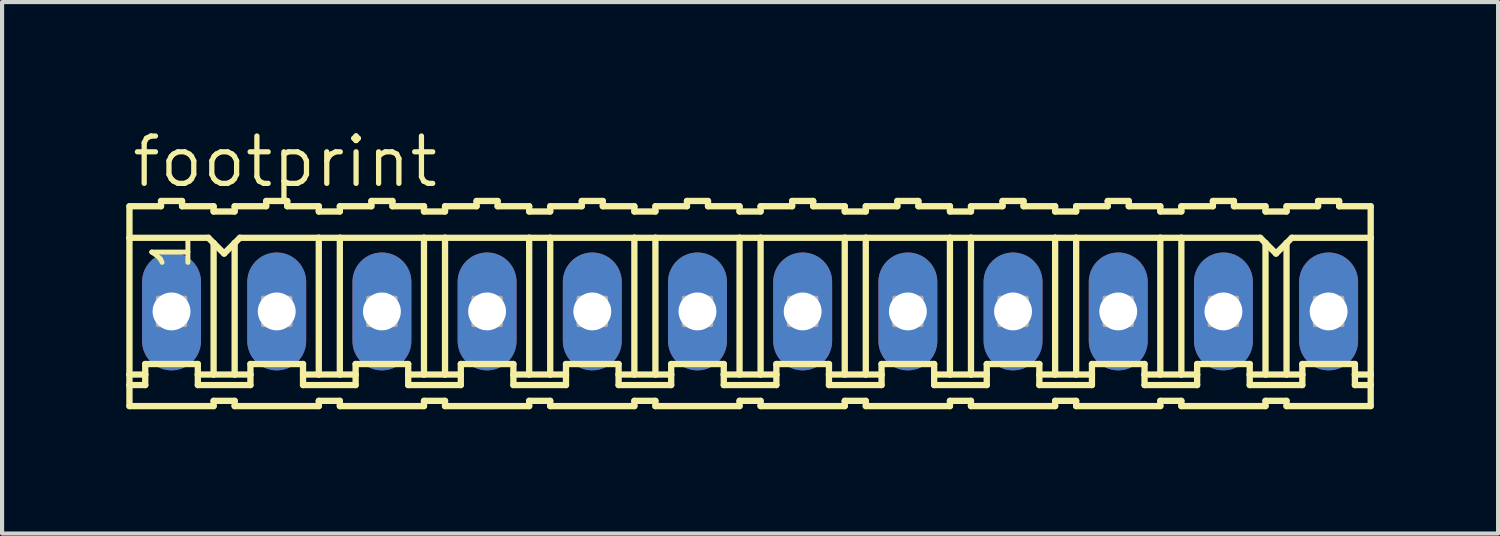
<source format=kicad_pcb>
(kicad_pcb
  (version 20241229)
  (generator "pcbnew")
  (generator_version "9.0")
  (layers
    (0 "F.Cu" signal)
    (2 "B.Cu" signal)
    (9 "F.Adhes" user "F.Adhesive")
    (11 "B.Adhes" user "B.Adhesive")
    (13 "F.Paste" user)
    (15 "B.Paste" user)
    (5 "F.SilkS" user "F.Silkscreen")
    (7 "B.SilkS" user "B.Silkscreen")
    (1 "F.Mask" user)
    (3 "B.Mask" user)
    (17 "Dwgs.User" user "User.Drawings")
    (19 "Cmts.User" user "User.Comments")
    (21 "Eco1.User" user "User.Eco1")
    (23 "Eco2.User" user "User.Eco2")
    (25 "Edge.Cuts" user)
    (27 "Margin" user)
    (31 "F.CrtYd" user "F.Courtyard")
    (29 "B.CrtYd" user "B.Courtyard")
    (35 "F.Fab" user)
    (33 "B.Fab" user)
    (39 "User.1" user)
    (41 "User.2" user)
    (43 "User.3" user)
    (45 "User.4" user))
  (footprint "footprint"
    (layer "F.Cu")
    (at 15.062 4.47)
    (property "Reference" "footprint" (at -14.986 -2.946 0) (layer "F.SilkS") (effects (font (size 1.143 1.143) (thickness 0.127)) (justify left bottom)))
    (fp_line (start -14.986 -2.54) (end -14.986 -1.778) (stroke (width 0.152) (type solid)) (layer "F.SilkS"))
    (fp_line (start -14.986 -2.54) (end -14.224 -2.54) (stroke (width 0.152) (type solid)) (layer "F.SilkS"))
    (fp_line (start -14.986 -1.778) (end -14.986 1.524) (stroke (width 0.152) (type solid)) (layer "F.SilkS"))
    (fp_line (start -14.986 1.524) (end -14.986 1.778) (stroke (width 0.152) (type solid)) (layer "F.SilkS"))
    (fp_line (start -14.986 1.778) (end -14.986 2.286) (stroke (width 0.152) (type solid)) (layer "F.SilkS"))
    (fp_line (start -14.986 1.778) (end -14.605 1.778) (stroke (width 0.152) (type solid)) (layer "F.SilkS"))
    (fp_line (start -14.605 1.27) (end -13.335 1.27) (stroke (width 0.152) (type solid)) (layer "F.SilkS"))
    (fp_line (start -14.605 1.524) (end -14.986 1.524) (stroke (width 0.152) (type solid)) (layer "F.SilkS"))
    (fp_line (start -14.605 1.524) (end -14.605 1.27) (stroke (width 0.152) (type solid)) (layer "F.SilkS"))
    (fp_line (start -14.605 1.778) (end -14.605 1.524) (stroke (width 0.152) (type solid)) (layer "F.SilkS"))
    (fp_line (start -14.224 -2.54) (end -14.224 -2.667) (stroke (width 0.152) (type solid)) (layer "F.SilkS"))
    (fp_line (start -13.716 -2.667) (end -14.224 -2.667) (stroke (width 0.152) (type solid)) (layer "F.SilkS"))
    (fp_line (start -13.716 -2.54) (end -13.716 -2.667) (stroke (width 0.152) (type solid)) (layer "F.SilkS"))
    (fp_line (start -13.335 1.524) (end -13.335 1.27) (stroke (width 0.152) (type solid)) (layer "F.SilkS"))
    (fp_line (start -13.335 1.524) (end -12.954 1.524) (stroke (width 0.152) (type solid)) (layer "F.SilkS"))
    (fp_line (start -13.335 1.778) (end -13.335 1.524) (stroke (width 0.152) (type solid)) (layer "F.SilkS"))
    (fp_line (start -13.081 -1.778) (end -14.986 -1.778) (stroke (width 0.152) (type solid)) (layer "F.SilkS"))
    (fp_line (start -13.081 -1.778) (end -12.954 -1.651) (stroke (width 0.152) (type solid)) (layer "F.SilkS"))
    (fp_line (start -12.954 -2.54) (end -13.716 -2.54) (stroke (width 0.152) (type solid)) (layer "F.SilkS"))
    (fp_line (start -12.954 -2.413) (end -12.954 -2.54) (stroke (width 0.152) (type solid)) (layer "F.SilkS"))
    (fp_line (start -12.954 -2.413) (end -12.446 -2.413) (stroke (width 0.152) (type solid)) (layer "F.SilkS"))
    (fp_line (start -12.954 -1.651) (end -12.954 1.524) (stroke (width 0.152) (type solid)) (layer "F.SilkS"))
    (fp_line (start -12.954 -1.651) (end -12.7 -1.397) (stroke (width 0.152) (type solid)) (layer "F.SilkS"))
    (fp_line (start -12.954 1.524) (end -12.446 1.524) (stroke (width 0.152) (type solid)) (layer "F.SilkS"))
    (fp_line (start -12.954 2.159) (end -12.954 2.286) (stroke (width 0.152) (type solid)) (layer "F.SilkS"))
    (fp_line (start -12.954 2.286) (end -14.986 2.286) (stroke (width 0.152) (type solid)) (layer "F.SilkS"))
    (fp_line (start -12.7 -1.397) (end -12.446 -1.651) (stroke (width 0.152) (type solid)) (layer "F.SilkS"))
    (fp_line (start -12.446 -2.54) (end -11.684 -2.54) (stroke (width 0.152) (type solid)) (layer "F.SilkS"))
    (fp_line (start -12.446 -2.413) (end -12.446 -2.54) (stroke (width 0.152) (type solid)) (layer "F.SilkS"))
    (fp_line (start -12.446 -1.651) (end -12.446 1.524) (stroke (width 0.152) (type solid)) (layer "F.SilkS"))
    (fp_line (start -12.446 -1.651) (end -12.319 -1.778) (stroke (width 0.152) (type solid)) (layer "F.SilkS"))
    (fp_line (start -12.446 1.524) (end -12.065 1.524) (stroke (width 0.152) (type solid)) (layer "F.SilkS"))
    (fp_line (start -12.446 2.159) (end -12.954 2.159) (stroke (width 0.152) (type solid)) (layer "F.SilkS"))
    (fp_line (start -12.446 2.159) (end -12.446 2.286) (stroke (width 0.152) (type solid)) (layer "F.SilkS"))
    (fp_line (start -12.446 2.286) (end -10.414 2.286) (stroke (width 0.152) (type solid)) (layer "F.SilkS"))
    (fp_line (start -12.319 -1.778) (end -10.414 -1.778) (stroke (width 0.152) (type solid)) (layer "F.SilkS"))
    (fp_line (start -12.065 1.27) (end -10.795 1.27) (stroke (width 0.152) (type solid)) (layer "F.SilkS"))
    (fp_line (start -12.065 1.524) (end -12.065 1.27) (stroke (width 0.152) (type solid)) (layer "F.SilkS"))
    (fp_line (start -12.065 1.778) (end -13.335 1.778) (stroke (width 0.152) (type solid)) (layer "F.SilkS"))
    (fp_line (start -12.065 1.778) (end -12.065 1.524) (stroke (width 0.152) (type solid)) (layer "F.SilkS"))
    (fp_line (start -11.684 -2.54) (end -11.684 -2.667) (stroke (width 0.152) (type solid)) (layer "F.SilkS"))
    (fp_line (start -11.176 -2.667) (end -11.684 -2.667) (stroke (width 0.152) (type solid)) (layer "F.SilkS"))
    (fp_line (start -11.176 -2.54) (end -11.176 -2.667) (stroke (width 0.152) (type solid)) (layer "F.SilkS"))
    (fp_line (start -11.176 -2.54) (end -10.414 -2.54) (stroke (width 0.152) (type solid)) (layer "F.SilkS"))
    (fp_line (start -10.795 1.524) (end -10.795 1.27) (stroke (width 0.152) (type solid)) (layer "F.SilkS"))
    (fp_line (start -10.795 1.524) (end -10.414 1.524) (stroke (width 0.152) (type solid)) (layer "F.SilkS"))
    (fp_line (start -10.795 1.778) (end -10.795 1.524) (stroke (width 0.152) (type solid)) (layer "F.SilkS"))
    (fp_line (start -10.795 1.778) (end -9.525 1.778) (stroke (width 0.152) (type solid)) (layer "F.SilkS"))
    (fp_line (start -10.414 -2.413) (end -10.414 -2.54) (stroke (width 0.152) (type solid)) (layer "F.SilkS"))
    (fp_line (start -10.414 -1.778) (end -10.414 1.524) (stroke (width 0.152) (type solid)) (layer "F.SilkS"))
    (fp_line (start -10.414 -1.778) (end -9.906 -1.778) (stroke (width 0.152) (type solid)) (layer "F.SilkS"))
    (fp_line (start -10.414 1.524) (end -9.906 1.524) (stroke (width 0.152) (type solid)) (layer "F.SilkS"))
    (fp_line (start -10.414 2.159) (end -10.414 2.286) (stroke (width 0.152) (type solid)) (layer "F.SilkS"))
    (fp_line (start -9.906 -2.54) (end -9.144 -2.54) (stroke (width 0.152) (type solid)) (layer "F.SilkS"))
    (fp_line (start -9.906 -2.413) (end -10.414 -2.413) (stroke (width 0.152) (type solid)) (layer "F.SilkS"))
    (fp_line (start -9.906 -2.413) (end -9.906 -2.54) (stroke (width 0.152) (type solid)) (layer "F.SilkS"))
    (fp_line (start -9.906 -1.778) (end -9.906 1.524) (stroke (width 0.152) (type solid)) (layer "F.SilkS"))
    (fp_line (start -9.906 -1.778) (end -7.874 -1.778) (stroke (width 0.152) (type solid)) (layer "F.SilkS"))
    (fp_line (start -9.906 1.524) (end -9.525 1.524) (stroke (width 0.152) (type solid)) (layer "F.SilkS"))
    (fp_line (start -9.906 2.159) (end -10.414 2.159) (stroke (width 0.152) (type solid)) (layer "F.SilkS"))
    (fp_line (start -9.906 2.159) (end -9.906 2.286) (stroke (width 0.152) (type solid)) (layer "F.SilkS"))
    (fp_line (start -9.525 1.27) (end -8.255 1.27) (stroke (width 0.152) (type solid)) (layer "F.SilkS"))
    (fp_line (start -9.525 1.524) (end -9.525 1.27) (stroke (width 0.152) (type solid)) (layer "F.SilkS"))
    (fp_line (start -9.525 1.778) (end -9.525 1.524) (stroke (width 0.152) (type solid)) (layer "F.SilkS"))
    (fp_line (start -9.144 -2.54) (end -9.144 -2.667) (stroke (width 0.152) (type solid)) (layer "F.SilkS"))
    (fp_line (start -8.636 -2.667) (end -9.144 -2.667) (stroke (width 0.152) (type solid)) (layer "F.SilkS"))
    (fp_line (start -8.636 -2.54) (end -8.636 -2.667) (stroke (width 0.152) (type solid)) (layer "F.SilkS"))
    (fp_line (start -8.636 -2.54) (end -7.874 -2.54) (stroke (width 0.152) (type solid)) (layer "F.SilkS"))
    (fp_line (start -8.255 1.524) (end -8.255 1.27) (stroke (width 0.152) (type solid)) (layer "F.SilkS"))
    (fp_line (start -8.255 1.524) (end -7.874 1.524) (stroke (width 0.152) (type solid)) (layer "F.SilkS"))
    (fp_line (start -8.255 1.778) (end -8.255 1.524) (stroke (width 0.152) (type solid)) (layer "F.SilkS"))
    (fp_line (start -7.874 -2.54) (end -7.874 -2.413) (stroke (width 0.152) (type solid)) (layer "F.SilkS"))
    (fp_line (start -7.874 -1.778) (end -7.874 1.524) (stroke (width 0.152) (type solid)) (layer "F.SilkS"))
    (fp_line (start -7.874 2.159) (end -7.874 2.286) (stroke (width 0.152) (type solid)) (layer "F.SilkS"))
    (fp_line (start -7.874 2.286) (end -9.906 2.286) (stroke (width 0.152) (type solid)) (layer "F.SilkS"))
    (fp_line (start -7.366 -2.54) (end -7.366 -2.413) (stroke (width 0.152) (type solid)) (layer "F.SilkS"))
    (fp_line (start -7.366 -2.54) (end -6.604 -2.54) (stroke (width 0.152) (type solid)) (layer "F.SilkS"))
    (fp_line (start -7.366 -2.413) (end -7.874 -2.413) (stroke (width 0.152) (type solid)) (layer "F.SilkS"))
    (fp_line (start -7.366 -1.778) (end -7.874 -1.778) (stroke (width 0.152) (type solid)) (layer "F.SilkS"))
    (fp_line (start -7.366 -1.778) (end -7.366 1.524) (stroke (width 0.152) (type solid)) (layer "F.SilkS"))
    (fp_line (start -7.366 -1.778) (end -5.334 -1.778) (stroke (width 0.152) (type solid)) (layer "F.SilkS"))
    (fp_line (start -7.366 1.524) (end -7.874 1.524) (stroke (width 0.152) (type solid)) (layer "F.SilkS"))
    (fp_line (start -7.366 2.159) (end -7.874 2.159) (stroke (width 0.152) (type solid)) (layer "F.SilkS"))
    (fp_line (start -7.366 2.159) (end -7.366 2.286) (stroke (width 0.152) (type solid)) (layer "F.SilkS"))
    (fp_line (start -6.985 1.27) (end -5.715 1.27) (stroke (width 0.152) (type solid)) (layer "F.SilkS"))
    (fp_line (start -6.985 1.524) (end -7.366 1.524) (stroke (width 0.152) (type solid)) (layer "F.SilkS"))
    (fp_line (start -6.985 1.524) (end -6.985 1.27) (stroke (width 0.152) (type solid)) (layer "F.SilkS"))
    (fp_line (start -6.985 1.778) (end -8.255 1.778) (stroke (width 0.152) (type solid)) (layer "F.SilkS"))
    (fp_line (start -6.985 1.778) (end -6.985 1.524) (stroke (width 0.152) (type solid)) (layer "F.SilkS"))
    (fp_line (start -6.604 -2.54) (end -6.604 -2.667) (stroke (width 0.152) (type solid)) (layer "F.SilkS"))
    (fp_line (start -6.096 -2.667) (end -6.604 -2.667) (stroke (width 0.152) (type solid)) (layer "F.SilkS"))
    (fp_line (start -6.096 -2.54) (end -6.096 -2.667) (stroke (width 0.152) (type solid)) (layer "F.SilkS"))
    (fp_line (start -5.715 1.524) (end -5.715 1.27) (stroke (width 0.152) (type solid)) (layer "F.SilkS"))
    (fp_line (start -5.715 1.524) (end -5.334 1.524) (stroke (width 0.152) (type solid)) (layer "F.SilkS"))
    (fp_line (start -5.715 1.778) (end -5.715 1.524) (stroke (width 0.152) (type solid)) (layer "F.SilkS"))
    (fp_line (start -5.334 -2.54) (end -6.096 -2.54) (stroke (width 0.152) (type solid)) (layer "F.SilkS"))
    (fp_line (start -5.334 -2.413) (end -5.334 -2.54) (stroke (width 0.152) (type solid)) (layer "F.SilkS"))
    (fp_line (start -5.334 -2.413) (end -4.826 -2.413) (stroke (width 0.152) (type solid)) (layer "F.SilkS"))
    (fp_line (start -5.334 -1.778) (end -5.334 1.524) (stroke (width 0.152) (type solid)) (layer "F.SilkS"))
    (fp_line (start -5.334 -1.778) (end -4.826 -1.778) (stroke (width 0.152) (type solid)) (layer "F.SilkS"))
    (fp_line (start -5.334 1.524) (end -4.826 1.524) (stroke (width 0.152) (type solid)) (layer "F.SilkS"))
    (fp_line (start -5.334 2.159) (end -5.334 2.286) (stroke (width 0.152) (type solid)) (layer "F.SilkS"))
    (fp_line (start -5.334 2.286) (end -7.366 2.286) (stroke (width 0.152) (type solid)) (layer "F.SilkS"))
    (fp_line (start -4.826 -2.54) (end -4.064 -2.54) (stroke (width 0.152) (type solid)) (layer "F.SilkS"))
    (fp_line (start -4.826 -2.413) (end -4.826 -2.54) (stroke (width 0.152) (type solid)) (layer "F.SilkS"))
    (fp_line (start -4.826 -1.778) (end -4.826 1.524) (stroke (width 0.152) (type solid)) (layer "F.SilkS"))
    (fp_line (start -4.826 -1.778) (end -2.794 -1.778) (stroke (width 0.152) (type solid)) (layer "F.SilkS"))
    (fp_line (start -4.826 1.524) (end -4.445 1.524) (stroke (width 0.152) (type solid)) (layer "F.SilkS"))
    (fp_line (start -4.826 2.159) (end -5.334 2.159) (stroke (width 0.152) (type solid)) (layer "F.SilkS"))
    (fp_line (start -4.826 2.159) (end -4.826 2.286) (stroke (width 0.152) (type solid)) (layer "F.SilkS"))
    (fp_line (start -4.445 1.27) (end -3.175 1.27) (stroke (width 0.152) (type solid)) (layer "F.SilkS"))
    (fp_line (start -4.445 1.524) (end -4.445 1.27) (stroke (width 0.152) (type solid)) (layer "F.SilkS"))
    (fp_line (start -4.445 1.778) (end -5.715 1.778) (stroke (width 0.152) (type solid)) (layer "F.SilkS"))
    (fp_line (start -4.445 1.778) (end -4.445 1.524) (stroke (width 0.152) (type solid)) (layer "F.SilkS"))
    (fp_line (start -4.064 -2.54) (end -4.064 -2.667) (stroke (width 0.152) (type solid)) (layer "F.SilkS"))
    (fp_line (start -3.556 -2.667) (end -4.064 -2.667) (stroke (width 0.152) (type solid)) (layer "F.SilkS"))
    (fp_line (start -3.556 -2.54) (end -3.556 -2.667) (stroke (width 0.152) (type solid)) (layer "F.SilkS"))
    (fp_line (start -3.175 1.524) (end -3.175 1.27) (stroke (width 0.152) (type solid)) (layer "F.SilkS"))
    (fp_line (start -3.175 1.524) (end -2.794 1.524) (stroke (width 0.152) (type solid)) (layer "F.SilkS"))
    (fp_line (start -3.175 1.778) (end -3.175 1.524) (stroke (width 0.152) (type solid)) (layer "F.SilkS"))
    (fp_line (start -2.794 -2.54) (end -3.556 -2.54) (stroke (width 0.152) (type solid)) (layer "F.SilkS"))
    (fp_line (start -2.794 -2.413) (end -2.794 -2.54) (stroke (width 0.152) (type solid)) (layer "F.SilkS"))
    (fp_line (start -2.794 -2.413) (end -2.286 -2.413) (stroke (width 0.152) (type solid)) (layer "F.SilkS"))
    (fp_line (start -2.794 -1.778) (end -2.794 1.524) (stroke (width 0.152) (type solid)) (layer "F.SilkS"))
    (fp_line (start -2.794 -1.778) (end -2.286 -1.778) (stroke (width 0.152) (type solid)) (layer "F.SilkS"))
    (fp_line (start -2.794 1.524) (end -2.286 1.524) (stroke (width 0.152) (type solid)) (layer "F.SilkS"))
    (fp_line (start -2.794 2.159) (end -2.794 2.286) (stroke (width 0.152) (type solid)) (layer "F.SilkS"))
    (fp_line (start -2.794 2.286) (end -4.826 2.286) (stroke (width 0.152) (type solid)) (layer "F.SilkS"))
    (fp_line (start -2.286 -2.54) (end -1.524 -2.54) (stroke (width 0.152) (type solid)) (layer "F.SilkS"))
    (fp_line (start -2.286 -2.413) (end -2.286 -2.54) (stroke (width 0.152) (type solid)) (layer "F.SilkS"))
    (fp_line (start -2.286 -1.778) (end -2.286 1.524) (stroke (width 0.152) (type solid)) (layer "F.SilkS"))
    (fp_line (start -2.286 -1.778) (end -0.254 -1.778) (stroke (width 0.152) (type solid)) (layer "F.SilkS"))
    (fp_line (start -2.286 1.524) (end -1.905 1.524) (stroke (width 0.152) (type solid)) (layer "F.SilkS"))
    (fp_line (start -2.286 2.159) (end -2.794 2.159) (stroke (width 0.152) (type solid)) (layer "F.SilkS"))
    (fp_line (start -2.286 2.159) (end -2.286 2.286) (stroke (width 0.152) (type solid)) (layer "F.SilkS"))
    (fp_line (start -1.905 1.27) (end -0.635 1.27) (stroke (width 0.152) (type solid)) (layer "F.SilkS"))
    (fp_line (start -1.905 1.524) (end -1.905 1.27) (stroke (width 0.152) (type solid)) (layer "F.SilkS"))
    (fp_line (start -1.905 1.778) (end -3.175 1.778) (stroke (width 0.152) (type solid)) (layer "F.SilkS"))
    (fp_line (start -1.905 1.778) (end -1.905 1.524) (stroke (width 0.152) (type solid)) (layer "F.SilkS"))
    (fp_line (start -1.524 -2.54) (end -1.524 -2.667) (stroke (width 0.152) (type solid)) (layer "F.SilkS"))
    (fp_line (start -1.016 -2.667) (end -1.524 -2.667) (stroke (width 0.152) (type solid)) (layer "F.SilkS"))
    (fp_line (start -1.016 -2.54) (end -1.016 -2.667) (stroke (width 0.152) (type solid)) (layer "F.SilkS"))
    (fp_line (start -0.635 1.524) (end -0.635 1.27) (stroke (width 0.152) (type solid)) (layer "F.SilkS"))
    (fp_line (start -0.635 1.524) (end -0.254 1.524) (stroke (width 0.152) (type solid)) (layer "F.SilkS"))
    (fp_line (start -0.635 1.778) (end -0.635 1.524) (stroke (width 0.152) (type solid)) (layer "F.SilkS"))
    (fp_line (start -0.254 -2.54) (end -1.016 -2.54) (stroke (width 0.152) (type solid)) (layer "F.SilkS"))
    (fp_line (start -0.254 -2.413) (end -0.254 -2.54) (stroke (width 0.152) (type solid)) (layer "F.SilkS"))
    (fp_line (start -0.254 -2.413) (end 0.254 -2.413) (stroke (width 0.152) (type solid)) (layer "F.SilkS"))
    (fp_line (start -0.254 -1.778) (end -0.254 1.524) (stroke (width 0.152) (type solid)) (layer "F.SilkS"))
    (fp_line (start -0.254 -1.778) (end 0.254 -1.778) (stroke (width 0.152) (type solid)) (layer "F.SilkS"))
    (fp_line (start -0.254 1.524) (end 0.254 1.524) (stroke (width 0.152) (type solid)) (layer "F.SilkS"))
    (fp_line (start -0.254 2.159) (end -0.254 2.286) (stroke (width 0.152) (type solid)) (layer "F.SilkS"))
    (fp_line (start -0.254 2.286) (end -2.286 2.286) (stroke (width 0.152) (type solid)) (layer "F.SilkS"))
    (fp_line (start 0.254 -2.54) (end 1.016 -2.54) (stroke (width 0.152) (type solid)) (layer "F.SilkS"))
    (fp_line (start 0.254 -2.413) (end 0.254 -2.54) (stroke (width 0.152) (type solid)) (layer "F.SilkS"))
    (fp_line (start 0.254 -1.778) (end 0.254 1.524) (stroke (width 0.152) (type solid)) (layer "F.SilkS"))
    (fp_line (start 0.254 -1.778) (end 2.286 -1.778) (stroke (width 0.152) (type solid)) (layer "F.SilkS"))
    (fp_line (start 0.254 1.524) (end 0.635 1.524) (stroke (width 0.152) (type solid)) (layer "F.SilkS"))
    (fp_line (start 0.254 2.159) (end -0.254 2.159) (stroke (width 0.152) (type solid)) (layer "F.SilkS"))
    (fp_line (start 0.254 2.159) (end 0.254 2.286) (stroke (width 0.152) (type solid)) (layer "F.SilkS"))
    (fp_line (start 0.635 1.27) (end 1.905 1.27) (stroke (width 0.152) (type solid)) (layer "F.SilkS"))
    (fp_line (start 0.635 1.524) (end 0.635 1.27) (stroke (width 0.152) (type solid)) (layer "F.SilkS"))
    (fp_line (start 0.635 1.778) (end -0.635 1.778) (stroke (width 0.152) (type solid)) (layer "F.SilkS"))
    (fp_line (start 0.635 1.778) (end 0.635 1.524) (stroke (width 0.152) (type solid)) (layer "F.SilkS"))
    (fp_line (start 1.016 -2.54) (end 1.016 -2.667) (stroke (width 0.152) (type solid)) (layer "F.SilkS"))
    (fp_line (start 1.524 -2.667) (end 1.016 -2.667) (stroke (width 0.152) (type solid)) (layer "F.SilkS"))
    (fp_line (start 1.524 -2.54) (end 1.524 -2.667) (stroke (width 0.152) (type solid)) (layer "F.SilkS"))
    (fp_line (start 1.905 1.524) (end 1.905 1.27) (stroke (width 0.152) (type solid)) (layer "F.SilkS"))
    (fp_line (start 1.905 1.524) (end 2.286 1.524) (stroke (width 0.152) (type solid)) (layer "F.SilkS"))
    (fp_line (start 1.905 1.778) (end 1.905 1.524) (stroke (width 0.152) (type solid)) (layer "F.SilkS"))
    (fp_line (start 2.286 -2.54) (end 1.524 -2.54) (stroke (width 0.152) (type solid)) (layer "F.SilkS"))
    (fp_line (start 2.286 -2.413) (end 2.286 -2.54) (stroke (width 0.152) (type solid)) (layer "F.SilkS"))
    (fp_line (start 2.286 -2.413) (end 2.794 -2.413) (stroke (width 0.152) (type solid)) (layer "F.SilkS"))
    (fp_line (start 2.286 -1.778) (end 2.286 1.524) (stroke (width 0.152) (type solid)) (layer "F.SilkS"))
    (fp_line (start 2.286 -1.778) (end 2.794 -1.778) (stroke (width 0.152) (type solid)) (layer "F.SilkS"))
    (fp_line (start 2.286 1.524) (end 2.794 1.524) (stroke (width 0.152) (type solid)) (layer "F.SilkS"))
    (fp_line (start 2.286 2.159) (end 2.286 2.286) (stroke (width 0.152) (type solid)) (layer "F.SilkS"))
    (fp_line (start 2.286 2.286) (end 0.254 2.286) (stroke (width 0.152) (type solid)) (layer "F.SilkS"))
    (fp_line (start 2.794 -2.54) (end 3.556 -2.54) (stroke (width 0.152) (type solid)) (layer "F.SilkS"))
    (fp_line (start 2.794 -2.413) (end 2.794 -2.54) (stroke (width 0.152) (type solid)) (layer "F.SilkS"))
    (fp_line (start 2.794 -1.778) (end 2.794 1.524) (stroke (width 0.152) (type solid)) (layer "F.SilkS"))
    (fp_line (start 2.794 -1.778) (end 4.826 -1.778) (stroke (width 0.152) (type solid)) (layer "F.SilkS"))
    (fp_line (start 2.794 1.524) (end 3.175 1.524) (stroke (width 0.152) (type solid)) (layer "F.SilkS"))
    (fp_line (start 2.794 2.159) (end 2.286 2.159) (stroke (width 0.152) (type solid)) (layer "F.SilkS"))
    (fp_line (start 2.794 2.159) (end 2.794 2.286) (stroke (width 0.152) (type solid)) (layer "F.SilkS"))
    (fp_line (start 3.175 1.27) (end 4.445 1.27) (stroke (width 0.152) (type solid)) (layer "F.SilkS"))
    (fp_line (start 3.175 1.524) (end 3.175 1.27) (stroke (width 0.152) (type solid)) (layer "F.SilkS"))
    (fp_line (start 3.175 1.778) (end 1.905 1.778) (stroke (width 0.152) (type solid)) (layer "F.SilkS"))
    (fp_line (start 3.175 1.778) (end 3.175 1.524) (stroke (width 0.152) (type solid)) (layer "F.SilkS"))
    (fp_line (start 3.556 -2.54) (end 3.556 -2.667) (stroke (width 0.152) (type solid)) (layer "F.SilkS"))
    (fp_line (start 4.064 -2.667) (end 3.556 -2.667) (stroke (width 0.152) (type solid)) (layer "F.SilkS"))
    (fp_line (start 4.064 -2.54) (end 4.064 -2.667) (stroke (width 0.152) (type solid)) (layer "F.SilkS"))
    (fp_line (start 4.445 1.524) (end 4.445 1.27) (stroke (width 0.152) (type solid)) (layer "F.SilkS"))
    (fp_line (start 4.445 1.524) (end 4.826 1.524) (stroke (width 0.152) (type solid)) (layer "F.SilkS"))
    (fp_line (start 4.445 1.778) (end 4.445 1.524) (stroke (width 0.152) (type solid)) (layer "F.SilkS"))
    (fp_line (start 4.826 -2.54) (end 4.064 -2.54) (stroke (width 0.152) (type solid)) (layer "F.SilkS"))
    (fp_line (start 4.826 -2.413) (end 4.826 -2.54) (stroke (width 0.152) (type solid)) (layer "F.SilkS"))
    (fp_line (start 4.826 -2.413) (end 5.334 -2.413) (stroke (width 0.152) (type solid)) (layer "F.SilkS"))
    (fp_line (start 4.826 -1.778) (end 4.826 1.524) (stroke (width 0.152) (type solid)) (layer "F.SilkS"))
    (fp_line (start 4.826 -1.778) (end 5.334 -1.778) (stroke (width 0.152) (type solid)) (layer "F.SilkS"))
    (fp_line (start 4.826 1.524) (end 5.334 1.524) (stroke (width 0.152) (type solid)) (layer "F.SilkS"))
    (fp_line (start 4.826 2.159) (end 4.826 2.286) (stroke (width 0.152) (type solid)) (layer "F.SilkS"))
    (fp_line (start 4.826 2.286) (end 2.794 2.286) (stroke (width 0.152) (type solid)) (layer "F.SilkS"))
    (fp_line (start 5.334 -2.54) (end 6.096 -2.54) (stroke (width 0.152) (type solid)) (layer "F.SilkS"))
    (fp_line (start 5.334 -2.413) (end 5.334 -2.54) (stroke (width 0.152) (type solid)) (layer "F.SilkS"))
    (fp_line (start 5.334 -1.778) (end 5.334 1.524) (stroke (width 0.152) (type solid)) (layer "F.SilkS"))
    (fp_line (start 5.334 -1.778) (end 7.366 -1.778) (stroke (width 0.152) (type solid)) (layer "F.SilkS"))
    (fp_line (start 5.334 1.524) (end 5.715 1.524) (stroke (width 0.152) (type solid)) (layer "F.SilkS"))
    (fp_line (start 5.334 2.159) (end 4.826 2.159) (stroke (width 0.152) (type solid)) (layer "F.SilkS"))
    (fp_line (start 5.334 2.159) (end 5.334 2.286) (stroke (width 0.152) (type solid)) (layer "F.SilkS"))
    (fp_line (start 5.715 1.27) (end 6.985 1.27) (stroke (width 0.152) (type solid)) (layer "F.SilkS"))
    (fp_line (start 5.715 1.524) (end 5.715 1.27) (stroke (width 0.152) (type solid)) (layer "F.SilkS"))
    (fp_line (start 5.715 1.778) (end 4.445 1.778) (stroke (width 0.152) (type solid)) (layer "F.SilkS"))
    (fp_line (start 5.715 1.778) (end 5.715 1.524) (stroke (width 0.152) (type solid)) (layer "F.SilkS"))
    (fp_line (start 6.096 -2.54) (end 6.096 -2.667) (stroke (width 0.152) (type solid)) (layer "F.SilkS"))
    (fp_line (start 6.604 -2.667) (end 6.096 -2.667) (stroke (width 0.152) (type solid)) (layer "F.SilkS"))
    (fp_line (start 6.604 -2.54) (end 6.604 -2.667) (stroke (width 0.152) (type solid)) (layer "F.SilkS"))
    (fp_line (start 6.985 1.524) (end 6.985 1.27) (stroke (width 0.152) (type solid)) (layer "F.SilkS"))
    (fp_line (start 6.985 1.524) (end 7.366 1.524) (stroke (width 0.152) (type solid)) (layer "F.SilkS"))
    (fp_line (start 6.985 1.778) (end 6.985 1.524) (stroke (width 0.152) (type solid)) (layer "F.SilkS"))
    (fp_line (start 7.366 -2.54) (end 6.604 -2.54) (stroke (width 0.152) (type solid)) (layer "F.SilkS"))
    (fp_line (start 7.366 -2.413) (end 7.366 -2.54) (stroke (width 0.152) (type solid)) (layer "F.SilkS"))
    (fp_line (start 7.366 -2.413) (end 7.874 -2.413) (stroke (width 0.152) (type solid)) (layer "F.SilkS"))
    (fp_line (start 7.366 -1.778) (end 7.366 1.524) (stroke (width 0.152) (type solid)) (layer "F.SilkS"))
    (fp_line (start 7.366 -1.778) (end 7.874 -1.778) (stroke (width 0.152) (type solid)) (layer "F.SilkS"))
    (fp_line (start 7.366 1.524) (end 7.874 1.524) (stroke (width 0.152) (type solid)) (layer "F.SilkS"))
    (fp_line (start 7.366 2.159) (end 7.366 2.286) (stroke (width 0.152) (type solid)) (layer "F.SilkS"))
    (fp_line (start 7.366 2.286) (end 5.334 2.286) (stroke (width 0.152) (type solid)) (layer "F.SilkS"))
    (fp_line (start 7.874 -2.54) (end 8.636 -2.54) (stroke (width 0.152) (type solid)) (layer "F.SilkS"))
    (fp_line (start 7.874 -2.413) (end 7.874 -2.54) (stroke (width 0.152) (type solid)) (layer "F.SilkS"))
    (fp_line (start 7.874 -1.778) (end 7.874 1.524) (stroke (width 0.152) (type solid)) (layer "F.SilkS"))
    (fp_line (start 7.874 -1.778) (end 9.906 -1.778) (stroke (width 0.152) (type solid)) (layer "F.SilkS"))
    (fp_line (start 7.874 1.524) (end 8.255 1.524) (stroke (width 0.152) (type solid)) (layer "F.SilkS"))
    (fp_line (start 7.874 2.159) (end 7.366 2.159) (stroke (width 0.152) (type solid)) (layer "F.SilkS"))
    (fp_line (start 7.874 2.159) (end 7.874 2.286) (stroke (width 0.152) (type solid)) (layer "F.SilkS"))
    (fp_line (start 8.255 1.27) (end 9.525 1.27) (stroke (width 0.152) (type solid)) (layer "F.SilkS"))
    (fp_line (start 8.255 1.524) (end 8.255 1.27) (stroke (width 0.152) (type solid)) (layer "F.SilkS"))
    (fp_line (start 8.255 1.778) (end 6.985 1.778) (stroke (width 0.152) (type solid)) (layer "F.SilkS"))
    (fp_line (start 8.255 1.778) (end 8.255 1.524) (stroke (width 0.152) (type solid)) (layer "F.SilkS"))
    (fp_line (start 8.636 -2.54) (end 8.636 -2.667) (stroke (width 0.152) (type solid)) (layer "F.SilkS"))
    (fp_line (start 9.144 -2.667) (end 8.636 -2.667) (stroke (width 0.152) (type solid)) (layer "F.SilkS"))
    (fp_line (start 9.144 -2.54) (end 9.144 -2.667) (stroke (width 0.152) (type solid)) (layer "F.SilkS"))
    (fp_line (start 9.525 1.524) (end 9.525 1.27) (stroke (width 0.152) (type solid)) (layer "F.SilkS"))
    (fp_line (start 9.525 1.524) (end 9.906 1.524) (stroke (width 0.152) (type solid)) (layer "F.SilkS"))
    (fp_line (start 9.525 1.778) (end 9.525 1.524) (stroke (width 0.152) (type solid)) (layer "F.SilkS"))
    (fp_line (start 9.906 -2.54) (end 9.144 -2.54) (stroke (width 0.152) (type solid)) (layer "F.SilkS"))
    (fp_line (start 9.906 -2.413) (end 9.906 -2.54) (stroke (width 0.152) (type solid)) (layer "F.SilkS"))
    (fp_line (start 9.906 -2.413) (end 10.414 -2.413) (stroke (width 0.152) (type solid)) (layer "F.SilkS"))
    (fp_line (start 9.906 -1.778) (end 9.906 1.524) (stroke (width 0.152) (type solid)) (layer "F.SilkS"))
    (fp_line (start 9.906 -1.778) (end 10.414 -1.778) (stroke (width 0.152) (type solid)) (layer "F.SilkS"))
    (fp_line (start 9.906 1.524) (end 10.414 1.524) (stroke (width 0.152) (type solid)) (layer "F.SilkS"))
    (fp_line (start 9.906 2.159) (end 9.906 2.286) (stroke (width 0.152) (type solid)) (layer "F.SilkS"))
    (fp_line (start 9.906 2.286) (end 7.874 2.286) (stroke (width 0.152) (type solid)) (layer "F.SilkS"))
    (fp_line (start 10.414 -2.54) (end 11.176 -2.54) (stroke (width 0.152) (type solid)) (layer "F.SilkS"))
    (fp_line (start 10.414 -2.413) (end 10.414 -2.54) (stroke (width 0.152) (type solid)) (layer "F.SilkS"))
    (fp_line (start 10.414 -1.778) (end 10.414 1.524) (stroke (width 0.152) (type solid)) (layer "F.SilkS"))
    (fp_line (start 10.414 -1.778) (end 12.319 -1.778) (stroke (width 0.152) (type solid)) (layer "F.SilkS"))
    (fp_line (start 10.414 1.524) (end 10.795 1.524) (stroke (width 0.152) (type solid)) (layer "F.SilkS"))
    (fp_line (start 10.414 2.159) (end 9.906 2.159) (stroke (width 0.152) (type solid)) (layer "F.SilkS"))
    (fp_line (start 10.414 2.159) (end 10.414 2.286) (stroke (width 0.152) (type solid)) (layer "F.SilkS"))
    (fp_line (start 10.795 1.27) (end 12.065 1.27) (stroke (width 0.152) (type solid)) (layer "F.SilkS"))
    (fp_line (start 10.795 1.524) (end 10.795 1.27) (stroke (width 0.152) (type solid)) (layer "F.SilkS"))
    (fp_line (start 10.795 1.778) (end 9.525 1.778) (stroke (width 0.152) (type solid)) (layer "F.SilkS"))
    (fp_line (start 10.795 1.778) (end 10.795 1.524) (stroke (width 0.152) (type solid)) (layer "F.SilkS"))
    (fp_line (start 11.176 -2.54) (end 11.176 -2.667) (stroke (width 0.152) (type solid)) (layer "F.SilkS"))
    (fp_line (start 11.684 -2.667) (end 11.176 -2.667) (stroke (width 0.152) (type solid)) (layer "F.SilkS"))
    (fp_line (start 11.684 -2.54) (end 11.684 -2.667) (stroke (width 0.152) (type solid)) (layer "F.SilkS"))
    (fp_line (start 11.684 -2.54) (end 12.446 -2.54) (stroke (width 0.152) (type solid)) (layer "F.SilkS"))
    (fp_line (start 12.065 1.524) (end 12.065 1.27) (stroke (width 0.152) (type solid)) (layer "F.SilkS"))
    (fp_line (start 12.065 1.524) (end 12.446 1.524) (stroke (width 0.152) (type solid)) (layer "F.SilkS"))
    (fp_line (start 12.065 1.778) (end 12.065 1.524) (stroke (width 0.152) (type solid)) (layer "F.SilkS"))
    (fp_line (start 12.065 1.778) (end 13.335 1.778) (stroke (width 0.152) (type solid)) (layer "F.SilkS"))
    (fp_line (start 12.319 -1.778) (end 12.446 -1.651) (stroke (width 0.152) (type solid)) (layer "F.SilkS"))
    (fp_line (start 12.446 -2.413) (end 12.446 -2.54) (stroke (width 0.152) (type solid)) (layer "F.SilkS"))
    (fp_line (start 12.446 -1.651) (end 12.446 1.524) (stroke (width 0.152) (type solid)) (layer "F.SilkS"))
    (fp_line (start 12.446 -1.651) (end 12.7 -1.397) (stroke (width 0.152) (type solid)) (layer "F.SilkS"))
    (fp_line (start 12.446 1.524) (end 12.954 1.524) (stroke (width 0.152) (type solid)) (layer "F.SilkS"))
    (fp_line (start 12.446 2.159) (end 12.446 2.286) (stroke (width 0.152) (type solid)) (layer "F.SilkS"))
    (fp_line (start 12.446 2.286) (end 10.414 2.286) (stroke (width 0.152) (type solid)) (layer "F.SilkS"))
    (fp_line (start 12.7 -1.397) (end 12.954 -1.651) (stroke (width 0.152) (type solid)) (layer "F.SilkS"))
    (fp_line (start 12.954 -2.54) (end 13.716 -2.54) (stroke (width 0.152) (type solid)) (layer "F.SilkS"))
    (fp_line (start 12.954 -2.413) (end 12.446 -2.413) (stroke (width 0.152) (type solid)) (layer "F.SilkS"))
    (fp_line (start 12.954 -2.413) (end 12.954 -2.54) (stroke (width 0.152) (type solid)) (layer "F.SilkS"))
    (fp_line (start 12.954 -1.651) (end 12.954 1.524) (stroke (width 0.152) (type solid)) (layer "F.SilkS"))
    (fp_line (start 12.954 -1.651) (end 13.081 -1.778) (stroke (width 0.152) (type solid)) (layer "F.SilkS"))
    (fp_line (start 12.954 1.524) (end 13.335 1.524) (stroke (width 0.152) (type solid)) (layer "F.SilkS"))
    (fp_line (start 12.954 2.159) (end 12.446 2.159) (stroke (width 0.152) (type solid)) (layer "F.SilkS"))
    (fp_line (start 12.954 2.159) (end 12.954 2.286) (stroke (width 0.152) (type solid)) (layer "F.SilkS"))
    (fp_line (start 13.081 -1.778) (end 14.986 -1.778) (stroke (width 0.152) (type solid)) (layer "F.SilkS"))
    (fp_line (start 13.335 1.27) (end 14.605 1.27) (stroke (width 0.152) (type solid)) (layer "F.SilkS"))
    (fp_line (start 13.335 1.524) (end 13.335 1.27) (stroke (width 0.152) (type solid)) (layer "F.SilkS"))
    (fp_line (start 13.335 1.778) (end 13.335 1.524) (stroke (width 0.152) (type solid)) (layer "F.SilkS"))
    (fp_line (start 13.716 -2.54) (end 13.716 -2.667) (stroke (width 0.152) (type solid)) (layer "F.SilkS"))
    (fp_line (start 14.224 -2.667) (end 13.716 -2.667) (stroke (width 0.152) (type solid)) (layer "F.SilkS"))
    (fp_line (start 14.224 -2.54) (end 14.224 -2.667) (stroke (width 0.152) (type solid)) (layer "F.SilkS"))
    (fp_line (start 14.224 -2.54) (end 14.986 -2.54) (stroke (width 0.152) (type solid)) (layer "F.SilkS"))
    (fp_line (start 14.605 1.524) (end 14.605 1.27) (stroke (width 0.152) (type solid)) (layer "F.SilkS"))
    (fp_line (start 14.605 1.524) (end 14.986 1.524) (stroke (width 0.152) (type solid)) (layer "F.SilkS"))
    (fp_line (start 14.605 1.778) (end 14.605 1.524) (stroke (width 0.152) (type solid)) (layer "F.SilkS"))
    (fp_line (start 14.986 -1.778) (end 14.986 -2.54) (stroke (width 0.152) (type solid)) (layer "F.SilkS"))
    (fp_line (start 14.986 -1.778) (end 14.986 1.524) (stroke (width 0.152) (type solid)) (layer "F.SilkS"))
    (fp_line (start 14.986 1.524) (end 14.986 1.778) (stroke (width 0.152) (type solid)) (layer "F.SilkS"))
    (fp_line (start 14.986 1.778) (end 14.605 1.778) (stroke (width 0.152) (type solid)) (layer "F.SilkS"))
    (fp_line (start 14.986 1.778) (end 14.986 2.286) (stroke (width 0.152) (type solid)) (layer "F.SilkS"))
    (fp_line (start 14.986 2.286) (end 12.954 2.286) (stroke (width 0.152) (type solid)) (layer "F.SilkS"))
    (fp_poly (pts (xy -14.3 0.33) (xy -13.64 0.33) (xy -13.64 -0.33) (xy -14.3 -0.33)) (stroke (width 0.1) (type solid)) (fill no) (layer "F.Fab"))
    (fp_poly (pts (xy -11.76 0.33) (xy -11.1 0.33) (xy -11.1 -0.33) (xy -11.76 -0.33)) (stroke (width 0.1) (type solid)) (fill no) (layer "F.Fab"))
    (fp_poly (pts (xy -9.22 0.33) (xy -8.56 0.33) (xy -8.56 -0.33) (xy -9.22 -0.33)) (stroke (width 0.1) (type solid)) (fill no) (layer "F.Fab"))
    (fp_poly (pts (xy -6.68 0.33) (xy -6.02 0.33) (xy -6.02 -0.33) (xy -6.68 -0.33)) (stroke (width 0.1) (type solid)) (fill no) (layer "F.Fab"))
    (fp_poly (pts (xy -4.14 0.33) (xy -3.48 0.33) (xy -3.48 -0.33) (xy -4.14 -0.33)) (stroke (width 0.1) (type solid)) (fill no) (layer "F.Fab"))
    (fp_poly (pts (xy -1.6 0.33) (xy -0.94 0.33) (xy -0.94 -0.33) (xy -1.6 -0.33)) (stroke (width 0.1) (type solid)) (fill no) (layer "F.Fab"))
    (fp_poly (pts (xy 0.94 0.33) (xy 1.6 0.33) (xy 1.6 -0.33) (xy 0.94 -0.33)) (stroke (width 0.1) (type solid)) (fill no) (layer "F.Fab"))
    (fp_poly (pts (xy 3.48 0.33) (xy 4.14 0.33) (xy 4.14 -0.33) (xy 3.48 -0.33)) (stroke (width 0.1) (type solid)) (fill no) (layer "F.Fab"))
    (fp_poly (pts (xy 6.02 0.33) (xy 6.68 0.33) (xy 6.68 -0.33) (xy 6.02 -0.33)) (stroke (width 0.1) (type solid)) (fill no) (layer "F.Fab"))
    (fp_poly (pts (xy 8.56 0.33) (xy 9.22 0.33) (xy 9.22 -0.33) (xy 8.56 -0.33)) (stroke (width 0.1) (type solid)) (fill no) (layer "F.Fab"))
    (fp_poly (pts (xy 11.1 0.33) (xy 11.76 0.33) (xy 11.76 -0.33) (xy 11.1 -0.33)) (stroke (width 0.1) (type solid)) (fill no) (layer "F.Fab"))
    (fp_poly (pts (xy 13.64 0.33) (xy 14.3 0.33) (xy 14.3 -0.33) (xy 13.64 -0.33)) (stroke (width 0.1) (type solid)) (fill no) (layer "F.Fab"))
    (fp_text user "1" (at -13.462 -0.94 90) (layer "F.SilkS") (effects (font (size 0.872 0.872) (thickness 0.119)) (justify left bottom)))
    (pad "1" thru_hole oval (at -13.97 0 90) (size 2.845 1.422) (drill 0.914) (layers "*.Cu" "*.Mask"))
    (pad "2" thru_hole oval (at -11.43 0 90) (size 2.845 1.422) (drill 0.914) (layers "*.Cu" "*.Mask"))
    (pad "3" thru_hole oval (at -8.89 0 90) (size 2.845 1.422) (drill 0.914) (layers "*.Cu" "*.Mask"))
    (pad "4" thru_hole oval (at -6.35 0 90) (size 2.845 1.422) (drill 0.914) (layers "*.Cu" "*.Mask"))
    (pad "5" thru_hole oval (at -3.81 0 90) (size 2.845 1.422) (drill 0.914) (layers "*.Cu" "*.Mask"))
    (pad "6" thru_hole oval (at -1.27 0 90) (size 2.845 1.422) (drill 0.914) (layers "*.Cu" "*.Mask"))
    (pad "7" thru_hole oval (at 1.27 0 90) (size 2.845 1.422) (drill 0.914) (layers "*.Cu" "*.Mask"))
    (pad "8" thru_hole oval (at 3.81 0 90) (size 2.845 1.422) (drill 0.914) (layers "*.Cu" "*.Mask"))
    (pad "9" thru_hole oval (at 6.35 0 90) (size 2.845 1.422) (drill 0.914) (layers "*.Cu" "*.Mask"))
    (pad "10" thru_hole oval (at 8.89 0 90) (size 2.845 1.422) (drill 0.914) (layers "*.Cu" "*.Mask"))
    (pad "11" thru_hole oval (at 11.43 0 90) (size 2.845 1.422) (drill 0.914) (layers "*.Cu" "*.Mask"))
    (pad "12" thru_hole oval (at 13.97 0 90) (size 2.845 1.422) (drill 0.914) (layers "*.Cu" "*.Mask")))
  (gr_rect
    (start -3 -3)
    (end 33.124 9.833)
    (stroke (width 0.1) (type default))
    (fill no)
    (layer "Edge.Cuts")))
</source>
